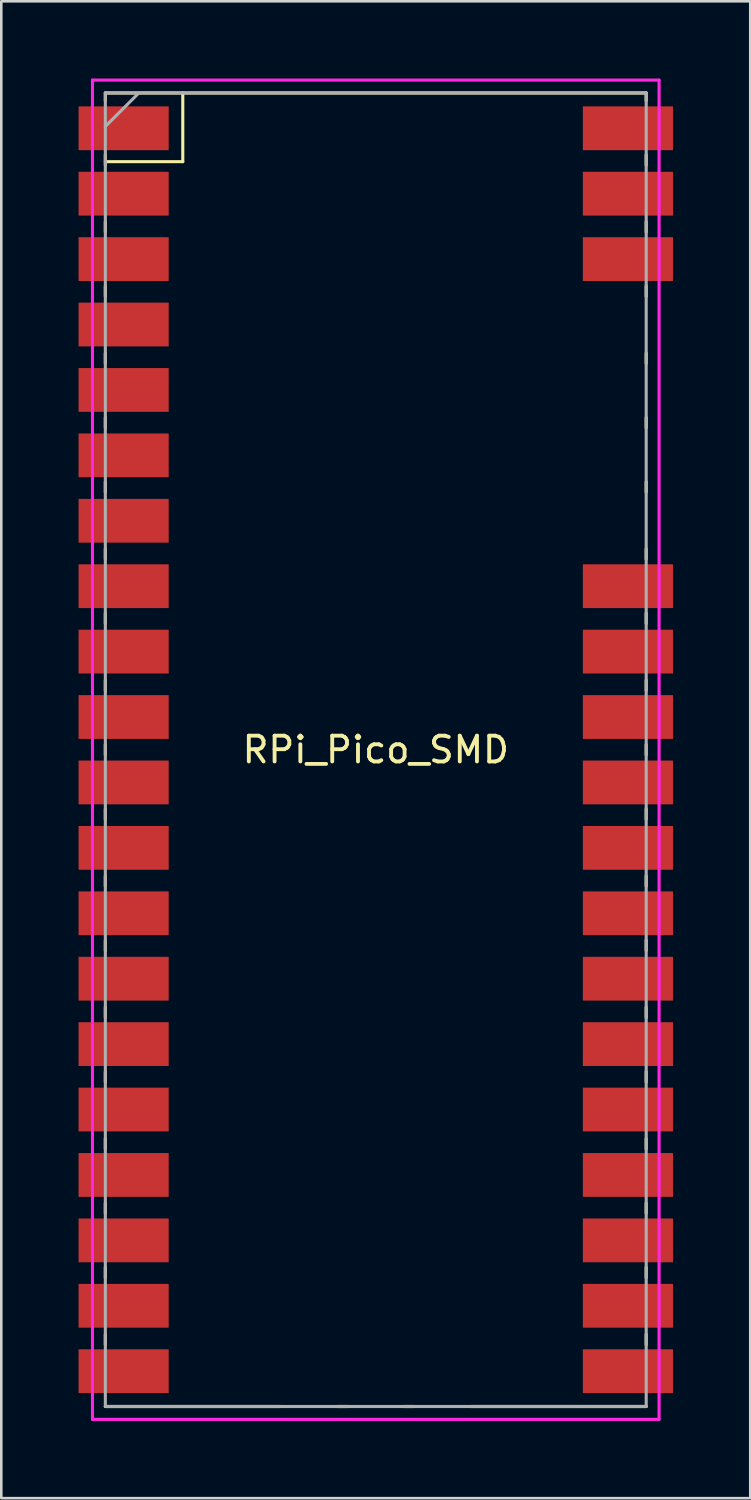
<source format=kicad_pcb>
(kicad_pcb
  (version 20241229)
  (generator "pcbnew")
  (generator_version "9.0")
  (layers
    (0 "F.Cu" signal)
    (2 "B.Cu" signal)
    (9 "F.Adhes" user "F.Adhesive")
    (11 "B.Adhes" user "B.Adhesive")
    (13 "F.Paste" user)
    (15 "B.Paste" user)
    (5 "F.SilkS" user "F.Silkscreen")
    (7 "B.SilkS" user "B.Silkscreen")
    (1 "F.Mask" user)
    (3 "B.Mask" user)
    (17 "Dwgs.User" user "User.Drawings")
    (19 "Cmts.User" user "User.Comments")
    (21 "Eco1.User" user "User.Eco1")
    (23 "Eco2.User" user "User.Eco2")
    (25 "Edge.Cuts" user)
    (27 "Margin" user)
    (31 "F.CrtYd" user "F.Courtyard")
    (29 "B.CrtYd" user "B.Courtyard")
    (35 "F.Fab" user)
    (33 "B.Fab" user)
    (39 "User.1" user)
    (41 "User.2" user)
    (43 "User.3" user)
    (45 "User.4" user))
  (footprint "RPi_Pico_SMD"
    (layer "F.Cu")
    (at 11.54 26.06)
    (property "Reference" "RPi_Pico_SMD" (at 0 0 0) (layer "F.SilkS") (effects (font (size 1 1) (thickness 0.15))))
    (attr through_hole)
    (fp_line (start -10.5 -25.5) (end -10.5 -25.2) (stroke (width 0.12) (type solid)) (layer "F.SilkS"))
    (fp_line (start -10.5 -25.5) (end 10.5 -25.5) (stroke (width 0.12) (type solid)) (layer "F.SilkS"))
    (fp_line (start -10.5 -23.1) (end -10.5 -22.7) (stroke (width 0.12) (type solid)) (layer "F.SilkS"))
    (fp_line (start -10.5 -22.833) (end -7.493 -22.833) (stroke (width 0.12) (type solid)) (layer "F.SilkS"))
    (fp_line (start -10.5 -20.5) (end -10.5 -20.1) (stroke (width 0.12) (type solid)) (layer "F.SilkS"))
    (fp_line (start -10.5 -18) (end -10.5 -17.6) (stroke (width 0.12) (type solid)) (layer "F.SilkS"))
    (fp_line (start -10.5 -15.4) (end -10.5 -15) (stroke (width 0.12) (type solid)) (layer "F.SilkS"))
    (fp_line (start -10.5 -12.9) (end -10.5 -12.5) (stroke (width 0.12) (type solid)) (layer "F.SilkS"))
    (fp_line (start -10.5 -10.4) (end -10.5 -10) (stroke (width 0.12) (type solid)) (layer "F.SilkS"))
    (fp_line (start -10.5 -7.8) (end -10.5 -7.4) (stroke (width 0.12) (type solid)) (layer "F.SilkS"))
    (fp_line (start -10.5 -5.3) (end -10.5 -4.9) (stroke (width 0.12) (type solid)) (layer "F.SilkS"))
    (fp_line (start -10.5 -2.7) (end -10.5 -2.3) (stroke (width 0.12) (type solid)) (layer "F.SilkS"))
    (fp_line (start -10.5 -0.2) (end -10.5 0.2) (stroke (width 0.12) (type solid)) (layer "F.SilkS"))
    (fp_line (start -10.5 2.3) (end -10.5 2.7) (stroke (width 0.12) (type solid)) (layer "F.SilkS"))
    (fp_line (start -10.5 4.9) (end -10.5 5.3) (stroke (width 0.12) (type solid)) (layer "F.SilkS"))
    (fp_line (start -10.5 7.4) (end -10.5 7.8) (stroke (width 0.12) (type solid)) (layer "F.SilkS"))
    (fp_line (start -10.5 10) (end -10.5 10.4) (stroke (width 0.12) (type solid)) (layer "F.SilkS"))
    (fp_line (start -10.5 12.5) (end -10.5 12.9) (stroke (width 0.12) (type solid)) (layer "F.SilkS"))
    (fp_line (start -10.5 15.1) (end -10.5 15.5) (stroke (width 0.12) (type solid)) (layer "F.SilkS"))
    (fp_line (start -10.5 17.6) (end -10.5 18) (stroke (width 0.12) (type solid)) (layer "F.SilkS"))
    (fp_line (start -10.5 20.1) (end -10.5 20.5) (stroke (width 0.12) (type solid)) (layer "F.SilkS"))
    (fp_line (start -10.5 22.7) (end -10.5 23.1) (stroke (width 0.12) (type solid)) (layer "F.SilkS"))
    (fp_line (start -7.493 -22.833) (end -7.493 -25.5) (stroke (width 0.12) (type solid)) (layer "F.SilkS"))
    (fp_line (start -3.7 25.5) (end -10.5 25.5) (stroke (width 0.12) (type solid)) (layer "F.SilkS"))
    (fp_line (start -1.5 25.5) (end -1.1 25.5) (stroke (width 0.12) (type solid)) (layer "F.SilkS"))
    (fp_line (start 1.1 25.5) (end 1.5 25.5) (stroke (width 0.12) (type solid)) (layer "F.SilkS"))
    (fp_line (start 10.5 -25.5) (end 10.5 -25.2) (stroke (width 0.12) (type solid)) (layer "F.SilkS"))
    (fp_line (start 10.5 -23.1) (end 10.5 -22.7) (stroke (width 0.12) (type solid)) (layer "F.SilkS"))
    (fp_line (start 10.5 -20.5) (end 10.5 -20.1) (stroke (width 0.12) (type solid)) (layer "F.SilkS"))
    (fp_line (start 10.5 -18) (end 10.5 -17.6) (stroke (width 0.12) (type solid)) (layer "F.SilkS"))
    (fp_line (start 10.5 -15.4) (end 10.5 -15) (stroke (width 0.12) (type solid)) (layer "F.SilkS"))
    (fp_line (start 10.5 -12.9) (end 10.5 -12.5) (stroke (width 0.12) (type solid)) (layer "F.SilkS"))
    (fp_line (start 10.5 -10.4) (end 10.5 -10) (stroke (width 0.12) (type solid)) (layer "F.SilkS"))
    (fp_line (start 10.5 -7.8) (end 10.5 -7.4) (stroke (width 0.12) (type solid)) (layer "F.SilkS"))
    (fp_line (start 10.5 -5.3) (end 10.5 -4.9) (stroke (width 0.12) (type solid)) (layer "F.SilkS"))
    (fp_line (start 10.5 -2.7) (end 10.5 -2.3) (stroke (width 0.12) (type solid)) (layer "F.SilkS"))
    (fp_line (start 10.5 -0.2) (end 10.5 0.2) (stroke (width 0.12) (type solid)) (layer "F.SilkS"))
    (fp_line (start 10.5 2.3) (end 10.5 2.7) (stroke (width 0.12) (type solid)) (layer "F.SilkS"))
    (fp_line (start 10.5 4.9) (end 10.5 5.3) (stroke (width 0.12) (type solid)) (layer "F.SilkS"))
    (fp_line (start 10.5 7.4) (end 10.5 7.8) (stroke (width 0.12) (type solid)) (layer "F.SilkS"))
    (fp_line (start 10.5 10) (end 10.5 10.4) (stroke (width 0.12) (type solid)) (layer "F.SilkS"))
    (fp_line (start 10.5 12.5) (end 10.5 12.9) (stroke (width 0.12) (type solid)) (layer "F.SilkS"))
    (fp_line (start 10.5 15.1) (end 10.5 15.5) (stroke (width 0.12) (type solid)) (layer "F.SilkS"))
    (fp_line (start 10.5 17.6) (end 10.5 18) (stroke (width 0.12) (type solid)) (layer "F.SilkS"))
    (fp_line (start 10.5 20.1) (end 10.5 20.5) (stroke (width 0.12) (type solid)) (layer "F.SilkS"))
    (fp_line (start 10.5 22.7) (end 10.5 23.1) (stroke (width 0.12) (type solid)) (layer "F.SilkS"))
    (fp_line (start 10.5 25.5) (end 3.7 25.5) (stroke (width 0.12) (type solid)) (layer "F.SilkS"))
    (fp_line (start -11 -26) (end 11 -26) (stroke (width 0.12) (type solid)) (layer "F.CrtYd"))
    (fp_line (start -11 26) (end -11 -26) (stroke (width 0.12) (type solid)) (layer "F.CrtYd"))
    (fp_line (start 11 -26) (end 11 26) (stroke (width 0.12) (type solid)) (layer "F.CrtYd"))
    (fp_line (start 11 26) (end -11 26) (stroke (width 0.12) (type solid)) (layer "F.CrtYd"))
    (fp_line (start -10.5 -25.5) (end 10.5 -25.5) (stroke (width 0.12) (type solid)) (layer "F.Fab"))
    (fp_line (start -10.5 -24.2) (end -9.2 -25.5) (stroke (width 0.12) (type solid)) (layer "F.Fab"))
    (fp_line (start -10.5 25.5) (end -10.5 -25.5) (stroke (width 0.12) (type solid)) (layer "F.Fab"))
    (fp_line (start 10.5 -25.5) (end 10.5 25.5) (stroke (width 0.12) (type solid)) (layer "F.Fab"))
    (fp_line (start 10.5 25.5) (end -10.5 25.5) (stroke (width 0.12) (type solid)) (layer "F.Fab"))
    (pad "1" smd rect (at -8.89 -24.13) (size 3.5 1.7) (drill (offset -0.9 0)) (layers "F.Cu" "F.Mask"))
    (pad "2" smd rect (at -8.89 -21.59) (size 3.5 1.7) (drill (offset -0.9 0)) (layers "F.Cu" "F.Mask"))
    (pad "3" smd rect (at -8.89 -19.05) (size 3.5 1.7) (drill (offset -0.9 0)) (layers "F.Cu" "F.Mask"))
    (pad "4" smd rect (at -8.89 -16.51) (size 3.5 1.7) (drill (offset -0.9 0)) (layers "F.Cu" "F.Mask"))
    (pad "5" smd rect (at -8.89 -13.97) (size 3.5 1.7) (drill (offset -0.9 0)) (layers "F.Cu" "F.Mask"))
    (pad "6" smd rect (at -8.89 -11.43) (size 3.5 1.7) (drill (offset -0.9 0)) (layers "F.Cu" "F.Mask"))
    (pad "7" smd rect (at -8.89 -8.89) (size 3.5 1.7) (drill (offset -0.9 0)) (layers "F.Cu" "F.Mask"))
    (pad "8" smd rect (at -8.89 -6.35) (size 3.5 1.7) (drill (offset -0.9 0)) (layers "F.Cu" "F.Mask"))
    (pad "9" smd rect (at -8.89 -3.81) (size 3.5 1.7) (drill (offset -0.9 0)) (layers "F.Cu" "F.Mask"))
    (pad "10" smd rect (at -8.89 -1.27) (size 3.5 1.7) (drill (offset -0.9 0)) (layers "F.Cu" "F.Mask"))
    (pad "11" smd rect (at -8.89 1.27) (size 3.5 1.7) (drill (offset -0.9 0)) (layers "F.Cu" "F.Mask"))
    (pad "12" smd rect (at -8.89 3.81) (size 3.5 1.7) (drill (offset -0.9 0)) (layers "F.Cu" "F.Mask"))
    (pad "13" smd rect (at -8.89 6.35) (size 3.5 1.7) (drill (offset -0.9 0)) (layers "F.Cu" "F.Mask"))
    (pad "14" smd rect (at -8.89 8.89) (size 3.5 1.7) (drill (offset -0.9 0)) (layers "F.Cu" "F.Mask"))
    (pad "15" smd rect (at -8.89 11.43) (size 3.5 1.7) (drill (offset -0.9 0)) (layers "F.Cu" "F.Mask"))
    (pad "16" smd rect (at -8.89 13.97) (size 3.5 1.7) (drill (offset -0.9 0)) (layers "F.Cu" "F.Mask"))
    (pad "17" smd rect (at -8.89 16.51) (size 3.5 1.7) (drill (offset -0.9 0)) (layers "F.Cu" "F.Mask"))
    (pad "18" smd rect (at -8.89 19.05) (size 3.5 1.7) (drill (offset -0.9 0)) (layers "F.Cu" "F.Mask"))
    (pad "19" smd rect (at -8.89 21.59) (size 3.5 1.7) (drill (offset -0.9 0)) (layers "F.Cu" "F.Mask"))
    (pad "20" smd rect (at -8.89 24.13) (size 3.5 1.7) (drill (offset -0.9 0)) (layers "F.Cu" "F.Mask"))
    (pad "21" smd rect (at 8.89 24.13) (size 3.5 1.7) (drill (offset 0.9 0)) (layers "F.Cu" "F.Mask"))
    (pad "22" smd rect (at 8.89 21.59) (size 3.5 1.7) (drill (offset 0.9 0)) (layers "F.Cu" "F.Mask"))
    (pad "23" smd rect (at 8.89 19.05) (size 3.5 1.7) (drill (offset 0.9 0)) (layers "F.Cu" "F.Mask"))
    (pad "24" smd rect (at 8.89 16.51) (size 3.5 1.7) (drill (offset 0.9 0)) (layers "F.Cu" "F.Mask"))
    (pad "25" smd rect (at 8.89 13.97) (size 3.5 1.7) (drill (offset 0.9 0)) (layers "F.Cu" "F.Mask"))
    (pad "26" smd rect (at 8.89 11.43) (size 3.5 1.7) (drill (offset 0.9 0)) (layers "F.Cu" "F.Mask"))
    (pad "27" smd rect (at 8.89 8.89) (size 3.5 1.7) (drill (offset 0.9 0)) (layers "F.Cu" "F.Mask"))
    (pad "28" smd rect (at 8.89 6.35) (size 3.5 1.7) (drill (offset 0.9 0)) (layers "F.Cu" "F.Mask"))
    (pad "29" smd rect (at 8.89 3.81) (size 3.5 1.7) (drill (offset 0.9 0)) (layers "F.Cu" "F.Mask"))
    (pad "30" smd rect (at 8.89 1.27) (size 3.5 1.7) (drill (offset 0.9 0)) (layers "F.Cu" "F.Mask"))
    (pad "31" smd rect (at 8.89 -1.27) (size 3.5 1.7) (drill (offset 0.9 0)) (layers "F.Cu" "F.Mask"))
    (pad "32" smd rect (at 8.89 -3.81) (size 3.5 1.7) (drill (offset 0.9 0)) (layers "F.Cu" "F.Mask"))
    (pad "33" smd rect (at 8.89 -6.35) (size 3.5 1.7) (drill (offset 0.9 0)) (layers "F.Cu" "F.Mask"))
    (pad "38" smd rect (at 8.89 -19.05) (size 3.5 1.7) (drill (offset 0.9 0)) (layers "F.Cu" "F.Mask"))
    (pad "39" smd rect (at 8.89 -21.59) (size 3.5 1.7) (drill (offset 0.9 0)) (layers "F.Cu" "F.Mask"))
    (pad "40" smd rect (at 8.89 -24.13) (size 3.5 1.7) (drill (offset 0.9 0)) (layers "F.Cu" "F.Mask")))
  (gr_rect
    (start -3 -3)
    (end 26.08 55.12)
    (stroke (width 0.1) (type default))
    (fill no)
    (layer "Edge.Cuts")))
</source>
